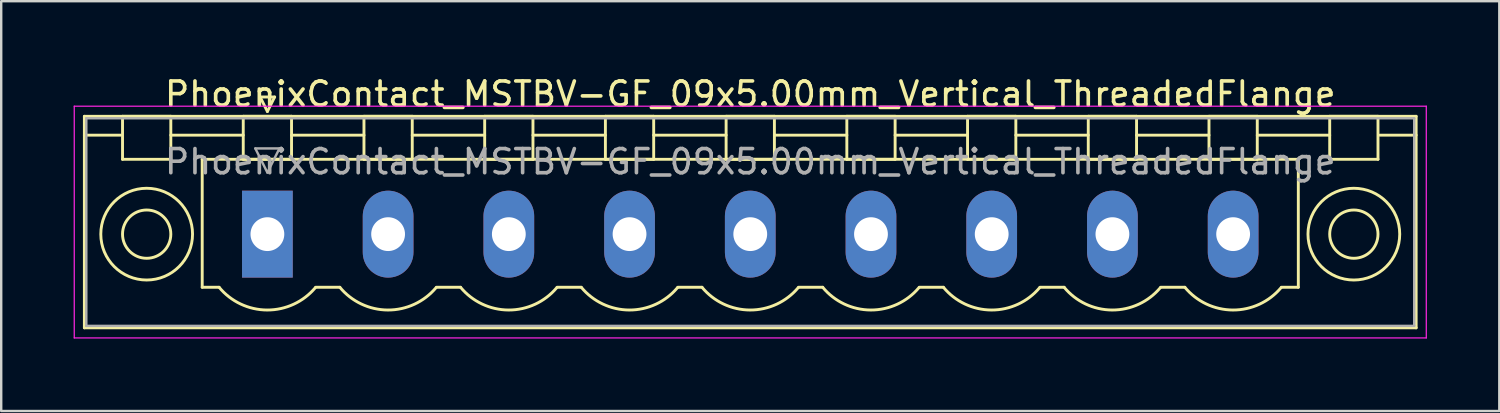
<source format=kicad_pcb>
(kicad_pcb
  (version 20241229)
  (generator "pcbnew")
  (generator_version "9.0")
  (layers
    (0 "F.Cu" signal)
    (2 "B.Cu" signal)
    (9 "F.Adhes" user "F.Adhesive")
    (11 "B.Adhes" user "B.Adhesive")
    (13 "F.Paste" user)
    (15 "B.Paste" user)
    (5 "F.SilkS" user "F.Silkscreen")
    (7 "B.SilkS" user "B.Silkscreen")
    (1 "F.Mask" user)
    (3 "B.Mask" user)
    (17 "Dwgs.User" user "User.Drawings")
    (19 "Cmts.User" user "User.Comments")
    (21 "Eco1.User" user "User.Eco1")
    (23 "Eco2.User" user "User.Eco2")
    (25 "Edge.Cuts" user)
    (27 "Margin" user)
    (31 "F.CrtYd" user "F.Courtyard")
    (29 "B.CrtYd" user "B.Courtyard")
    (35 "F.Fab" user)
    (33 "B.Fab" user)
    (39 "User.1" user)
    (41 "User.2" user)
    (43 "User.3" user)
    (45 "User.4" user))
  (footprint "PhoenixContact_MSTBV-GF_09x5.00mm_Vertical_ThreadedFlange"
    (layer "F.Cu")
    (at 8.025 6.648)
    (property "Reference" "PhoenixContact_MSTBV-GF_09x5.00mm_Vertical_ThreadedFlange" (at 20 -5.8 0) (layer "F.SilkS") (effects (font (size 1 1) (thickness 0.15))))
    (attr through_hole)
    (fp_line (start -7.58 -4.88) (end -7.58 3.88) (stroke (width 0.12) (type solid)) (layer "F.SilkS"))
    (fp_line (start -7.58 -4.1) (end -6.08 -4.1) (stroke (width 0.12) (type solid)) (layer "F.SilkS"))
    (fp_line (start -7.58 3.88) (end 47.58 3.88) (stroke (width 0.12) (type solid)) (layer "F.SilkS"))
    (fp_line (start -6 -4.88) (end -4 -4.88) (stroke (width 0.12) (type solid)) (layer "F.SilkS"))
    (fp_line (start -6 -3.1) (end -6 -4.88) (stroke (width 0.12) (type solid)) (layer "F.SilkS"))
    (fp_line (start -4 -4.88) (end -4 -3.1) (stroke (width 0.12) (type solid)) (layer "F.SilkS"))
    (fp_line (start -4 -4.1) (end -1 -4.1) (stroke (width 0.12) (type solid)) (layer "F.SilkS"))
    (fp_line (start -4 -3.1) (end -6 -3.1) (stroke (width 0.12) (type solid)) (layer "F.SilkS"))
    (fp_line (start -2.7 -3.1) (end 42.7 -3.1) (stroke (width 0.12) (type solid)) (layer "F.SilkS"))
    (fp_line (start -2.7 2.2) (end -2.7 -3.1) (stroke (width 0.12) (type solid)) (layer "F.SilkS"))
    (fp_line (start -2 2.2) (end -2.7 2.2) (stroke (width 0.12) (type solid)) (layer "F.SilkS"))
    (fp_line (start -1 -4.88) (end 1 -4.88) (stroke (width 0.12) (type solid)) (layer "F.SilkS"))
    (fp_line (start -1 -3.1) (end -1 -4.88) (stroke (width 0.12) (type solid)) (layer "F.SilkS"))
    (fp_line (start -0.3 -5.68) (end 0.3 -5.68) (stroke (width 0.12) (type solid)) (layer "F.SilkS"))
    (fp_line (start 0 -5.08) (end -0.3 -5.68) (stroke (width 0.12) (type solid)) (layer "F.SilkS"))
    (fp_line (start 0.3 -5.68) (end 0 -5.08) (stroke (width 0.12) (type solid)) (layer "F.SilkS"))
    (fp_line (start 1 -4.88) (end 1 -3.1) (stroke (width 0.12) (type solid)) (layer "F.SilkS"))
    (fp_line (start 1 -4.1) (end 4 -4.1) (stroke (width 0.12) (type solid)) (layer "F.SilkS"))
    (fp_line (start 1 -3.1) (end -1 -3.1) (stroke (width 0.12) (type solid)) (layer "F.SilkS"))
    (fp_line (start 2 2.2) (end 3 2.2) (stroke (width 0.12) (type solid)) (layer "F.SilkS"))
    (fp_line (start 4 -4.88) (end 6 -4.88) (stroke (width 0.12) (type solid)) (layer "F.SilkS"))
    (fp_line (start 4 -3.1) (end 4 -4.88) (stroke (width 0.12) (type solid)) (layer "F.SilkS"))
    (fp_line (start 6 -4.88) (end 6 -3.1) (stroke (width 0.12) (type solid)) (layer "F.SilkS"))
    (fp_line (start 6 -4.1) (end 9 -4.1) (stroke (width 0.12) (type solid)) (layer "F.SilkS"))
    (fp_line (start 6 -3.1) (end 4 -3.1) (stroke (width 0.12) (type solid)) (layer "F.SilkS"))
    (fp_line (start 7 2.2) (end 8 2.2) (stroke (width 0.12) (type solid)) (layer "F.SilkS"))
    (fp_line (start 9 -4.88) (end 11 -4.88) (stroke (width 0.12) (type solid)) (layer "F.SilkS"))
    (fp_line (start 9 -3.1) (end 9 -4.88) (stroke (width 0.12) (type solid)) (layer "F.SilkS"))
    (fp_line (start 11 -4.88) (end 11 -3.1) (stroke (width 0.12) (type solid)) (layer "F.SilkS"))
    (fp_line (start 11 -4.1) (end 14 -4.1) (stroke (width 0.12) (type solid)) (layer "F.SilkS"))
    (fp_line (start 11 -3.1) (end 9 -3.1) (stroke (width 0.12) (type solid)) (layer "F.SilkS"))
    (fp_line (start 12 2.2) (end 13 2.2) (stroke (width 0.12) (type solid)) (layer "F.SilkS"))
    (fp_line (start 14 -4.88) (end 16 -4.88) (stroke (width 0.12) (type solid)) (layer "F.SilkS"))
    (fp_line (start 14 -3.1) (end 14 -4.88) (stroke (width 0.12) (type solid)) (layer "F.SilkS"))
    (fp_line (start 16 -4.88) (end 16 -3.1) (stroke (width 0.12) (type solid)) (layer "F.SilkS"))
    (fp_line (start 16 -4.1) (end 19 -4.1) (stroke (width 0.12) (type solid)) (layer "F.SilkS"))
    (fp_line (start 16 -3.1) (end 14 -3.1) (stroke (width 0.12) (type solid)) (layer "F.SilkS"))
    (fp_line (start 17 2.2) (end 18 2.2) (stroke (width 0.12) (type solid)) (layer "F.SilkS"))
    (fp_line (start 19 -4.88) (end 21 -4.88) (stroke (width 0.12) (type solid)) (layer "F.SilkS"))
    (fp_line (start 19 -3.1) (end 19 -4.88) (stroke (width 0.12) (type solid)) (layer "F.SilkS"))
    (fp_line (start 21 -4.88) (end 21 -3.1) (stroke (width 0.12) (type solid)) (layer "F.SilkS"))
    (fp_line (start 21 -4.1) (end 24 -4.1) (stroke (width 0.12) (type solid)) (layer "F.SilkS"))
    (fp_line (start 21 -3.1) (end 19 -3.1) (stroke (width 0.12) (type solid)) (layer "F.SilkS"))
    (fp_line (start 22 2.2) (end 23 2.2) (stroke (width 0.12) (type solid)) (layer "F.SilkS"))
    (fp_line (start 24 -4.88) (end 26 -4.88) (stroke (width 0.12) (type solid)) (layer "F.SilkS"))
    (fp_line (start 24 -3.1) (end 24 -4.88) (stroke (width 0.12) (type solid)) (layer "F.SilkS"))
    (fp_line (start 26 -4.88) (end 26 -3.1) (stroke (width 0.12) (type solid)) (layer "F.SilkS"))
    (fp_line (start 26 -4.1) (end 29 -4.1) (stroke (width 0.12) (type solid)) (layer "F.SilkS"))
    (fp_line (start 26 -3.1) (end 24 -3.1) (stroke (width 0.12) (type solid)) (layer "F.SilkS"))
    (fp_line (start 27 2.2) (end 28 2.2) (stroke (width 0.12) (type solid)) (layer "F.SilkS"))
    (fp_line (start 29 -4.88) (end 31 -4.88) (stroke (width 0.12) (type solid)) (layer "F.SilkS"))
    (fp_line (start 29 -3.1) (end 29 -4.88) (stroke (width 0.12) (type solid)) (layer "F.SilkS"))
    (fp_line (start 31 -4.88) (end 31 -3.1) (stroke (width 0.12) (type solid)) (layer "F.SilkS"))
    (fp_line (start 31 -4.1) (end 34 -4.1) (stroke (width 0.12) (type solid)) (layer "F.SilkS"))
    (fp_line (start 31 -3.1) (end 29 -3.1) (stroke (width 0.12) (type solid)) (layer "F.SilkS"))
    (fp_line (start 32 2.2) (end 33 2.2) (stroke (width 0.12) (type solid)) (layer "F.SilkS"))
    (fp_line (start 34 -4.88) (end 36 -4.88) (stroke (width 0.12) (type solid)) (layer "F.SilkS"))
    (fp_line (start 34 -3.1) (end 34 -4.88) (stroke (width 0.12) (type solid)) (layer "F.SilkS"))
    (fp_line (start 36 -4.88) (end 36 -3.1) (stroke (width 0.12) (type solid)) (layer "F.SilkS"))
    (fp_line (start 36 -4.1) (end 39 -4.1) (stroke (width 0.12) (type solid)) (layer "F.SilkS"))
    (fp_line (start 36 -3.1) (end 34 -3.1) (stroke (width 0.12) (type solid)) (layer "F.SilkS"))
    (fp_line (start 37 2.2) (end 38 2.2) (stroke (width 0.12) (type solid)) (layer "F.SilkS"))
    (fp_line (start 39 -4.88) (end 41 -4.88) (stroke (width 0.12) (type solid)) (layer "F.SilkS"))
    (fp_line (start 39 -3.1) (end 39 -4.88) (stroke (width 0.12) (type solid)) (layer "F.SilkS"))
    (fp_line (start 41 -4.88) (end 41 -3.1) (stroke (width 0.12) (type solid)) (layer "F.SilkS"))
    (fp_line (start 41 -4.1) (end 44 -4.1) (stroke (width 0.12) (type solid)) (layer "F.SilkS"))
    (fp_line (start 41 -3.1) (end 39 -3.1) (stroke (width 0.12) (type solid)) (layer "F.SilkS"))
    (fp_line (start 42.7 -3.1) (end 42.7 2.2) (stroke (width 0.12) (type solid)) (layer "F.SilkS"))
    (fp_line (start 42.7 2.2) (end 42 2.2) (stroke (width 0.12) (type solid)) (layer "F.SilkS"))
    (fp_line (start 44 -4.88) (end 46 -4.88) (stroke (width 0.12) (type solid)) (layer "F.SilkS"))
    (fp_line (start 44 -3.1) (end 44 -4.88) (stroke (width 0.12) (type solid)) (layer "F.SilkS"))
    (fp_line (start 46 -4.88) (end 46 -3.1) (stroke (width 0.12) (type solid)) (layer "F.SilkS"))
    (fp_line (start 46 -3.1) (end 44 -3.1) (stroke (width 0.12) (type solid)) (layer "F.SilkS"))
    (fp_line (start 47.58 -4.88) (end -7.58 -4.88) (stroke (width 0.12) (type solid)) (layer "F.SilkS"))
    (fp_line (start 47.58 -4.1) (end 46.08 -4.1) (stroke (width 0.12) (type solid)) (layer "F.SilkS"))
    (fp_line (start 47.58 3.88) (end 47.58 -4.88) (stroke (width 0.12) (type solid)) (layer "F.SilkS"))
    (fp_arc (start 1.986842 2.215821) (mid -0.010289 3.142758) (end -2 2.2) (stroke (width 0.12) (type solid)) (layer "F.SilkS"))
    (fp_arc (start 6.986842 2.215821) (mid 4.989711 3.142758) (end 3 2.2) (stroke (width 0.12) (type solid)) (layer "F.SilkS"))
    (fp_arc (start 11.986842 2.215821) (mid 9.989711 3.142758) (end 8 2.2) (stroke (width 0.12) (type solid)) (layer "F.SilkS"))
    (fp_arc (start 16.986842 2.215821) (mid 14.989711 3.142758) (end 13 2.2) (stroke (width 0.12) (type solid)) (layer "F.SilkS"))
    (fp_arc (start 21.986842 2.215821) (mid 19.989711 3.142758) (end 18 2.2) (stroke (width 0.12) (type solid)) (layer "F.SilkS"))
    (fp_arc (start 26.986842 2.215821) (mid 24.989711 3.142758) (end 23 2.2) (stroke (width 0.12) (type solid)) (layer "F.SilkS"))
    (fp_arc (start 31.986842 2.215821) (mid 29.989711 3.142758) (end 28 2.2) (stroke (width 0.12) (type solid)) (layer "F.SilkS"))
    (fp_arc (start 36.986842 2.215821) (mid 34.989711 3.142758) (end 33 2.2) (stroke (width 0.12) (type solid)) (layer "F.SilkS"))
    (fp_arc (start 41.986842 2.215821) (mid 39.989711 3.142758) (end 38 2.2) (stroke (width 0.12) (type solid)) (layer "F.SilkS"))
    (fp_circle (center -5 0) (end -4 0) (stroke (width 0.12) (type solid)) (fill no) (layer "F.SilkS"))
    (fp_circle (center -5 0) (end -3.1 0) (stroke (width 0.12) (type solid)) (fill no) (layer "F.SilkS"))
    (fp_circle (center 45 0) (end 46 0) (stroke (width 0.12) (type solid)) (fill no) (layer "F.SilkS"))
    (fp_circle (center 45 0) (end 46.9 0) (stroke (width 0.12) (type solid)) (fill no) (layer "F.SilkS"))
    (fp_line (start -8 -5.3) (end -8 4.3) (stroke (width 0.05) (type solid)) (layer "F.CrtYd"))
    (fp_line (start -8 4.3) (end 48 4.3) (stroke (width 0.05) (type solid)) (layer "F.CrtYd"))
    (fp_line (start 48 -5.3) (end -8 -5.3) (stroke (width 0.05) (type solid)) (layer "F.CrtYd"))
    (fp_line (start 48 4.3) (end 48 -5.3) (stroke (width 0.05) (type solid)) (layer "F.CrtYd"))
    (fp_line (start -7.5 -4.8) (end -7.5 3.8) (stroke (width 0.1) (type solid)) (layer "F.Fab"))
    (fp_line (start -7.5 3.8) (end 47.5 3.8) (stroke (width 0.1) (type solid)) (layer "F.Fab"))
    (fp_line (start -0.5 -3.55) (end 0.5 -3.55) (stroke (width 0.1) (type solid)) (layer "F.Fab"))
    (fp_line (start 0 -2.55) (end -0.5 -3.55) (stroke (width 0.1) (type solid)) (layer "F.Fab"))
    (fp_line (start 0.5 -3.55) (end 0 -2.55) (stroke (width 0.1) (type solid)) (layer "F.Fab"))
    (fp_line (start 47.5 -4.8) (end -7.5 -4.8) (stroke (width 0.1) (type solid)) (layer "F.Fab"))
    (fp_line (start 47.5 3.8) (end 47.5 -4.8) (stroke (width 0.1) (type solid)) (layer "F.Fab"))
    (fp_text user "${REFERENCE}" (at 20 -3 0) (layer "F.Fab") (effects (font (size 1 1) (thickness 0.15))))
    (pad "1" thru_hole rect (at 0 0) (size 2.1 3.6) (drill 1.4) (layers "*.Cu" "*.Mask"))
    (pad "2" thru_hole oval (at 5 0) (size 2.1 3.6) (drill 1.4) (layers "*.Cu" "*.Mask"))
    (pad "3" thru_hole oval (at 10 0) (size 2.1 3.6) (drill 1.4) (layers "*.Cu" "*.Mask"))
    (pad "4" thru_hole oval (at 15 0) (size 2.1 3.6) (drill 1.4) (layers "*.Cu" "*.Mask"))
    (pad "5" thru_hole oval (at 20 0) (size 2.1 3.6) (drill 1.4) (layers "*.Cu" "*.Mask"))
    (pad "6" thru_hole oval (at 25 0) (size 2.1 3.6) (drill 1.4) (layers "*.Cu" "*.Mask"))
    (pad "7" thru_hole oval (at 30 0) (size 2.1 3.6) (drill 1.4) (layers "*.Cu" "*.Mask"))
    (pad "8" thru_hole oval (at 35 0) (size 2.1 3.6) (drill 1.4) (layers "*.Cu" "*.Mask"))
    (pad "9" thru_hole oval (at 40 0) (size 2.1 3.6) (drill 1.4) (layers "*.Cu" "*.Mask")))
  (gr_rect
    (start -3 -3)
    (end 59.05 13.973)
    (stroke (width 0.1) (type default))
    (fill no)
    (layer "Edge.Cuts")))
</source>
